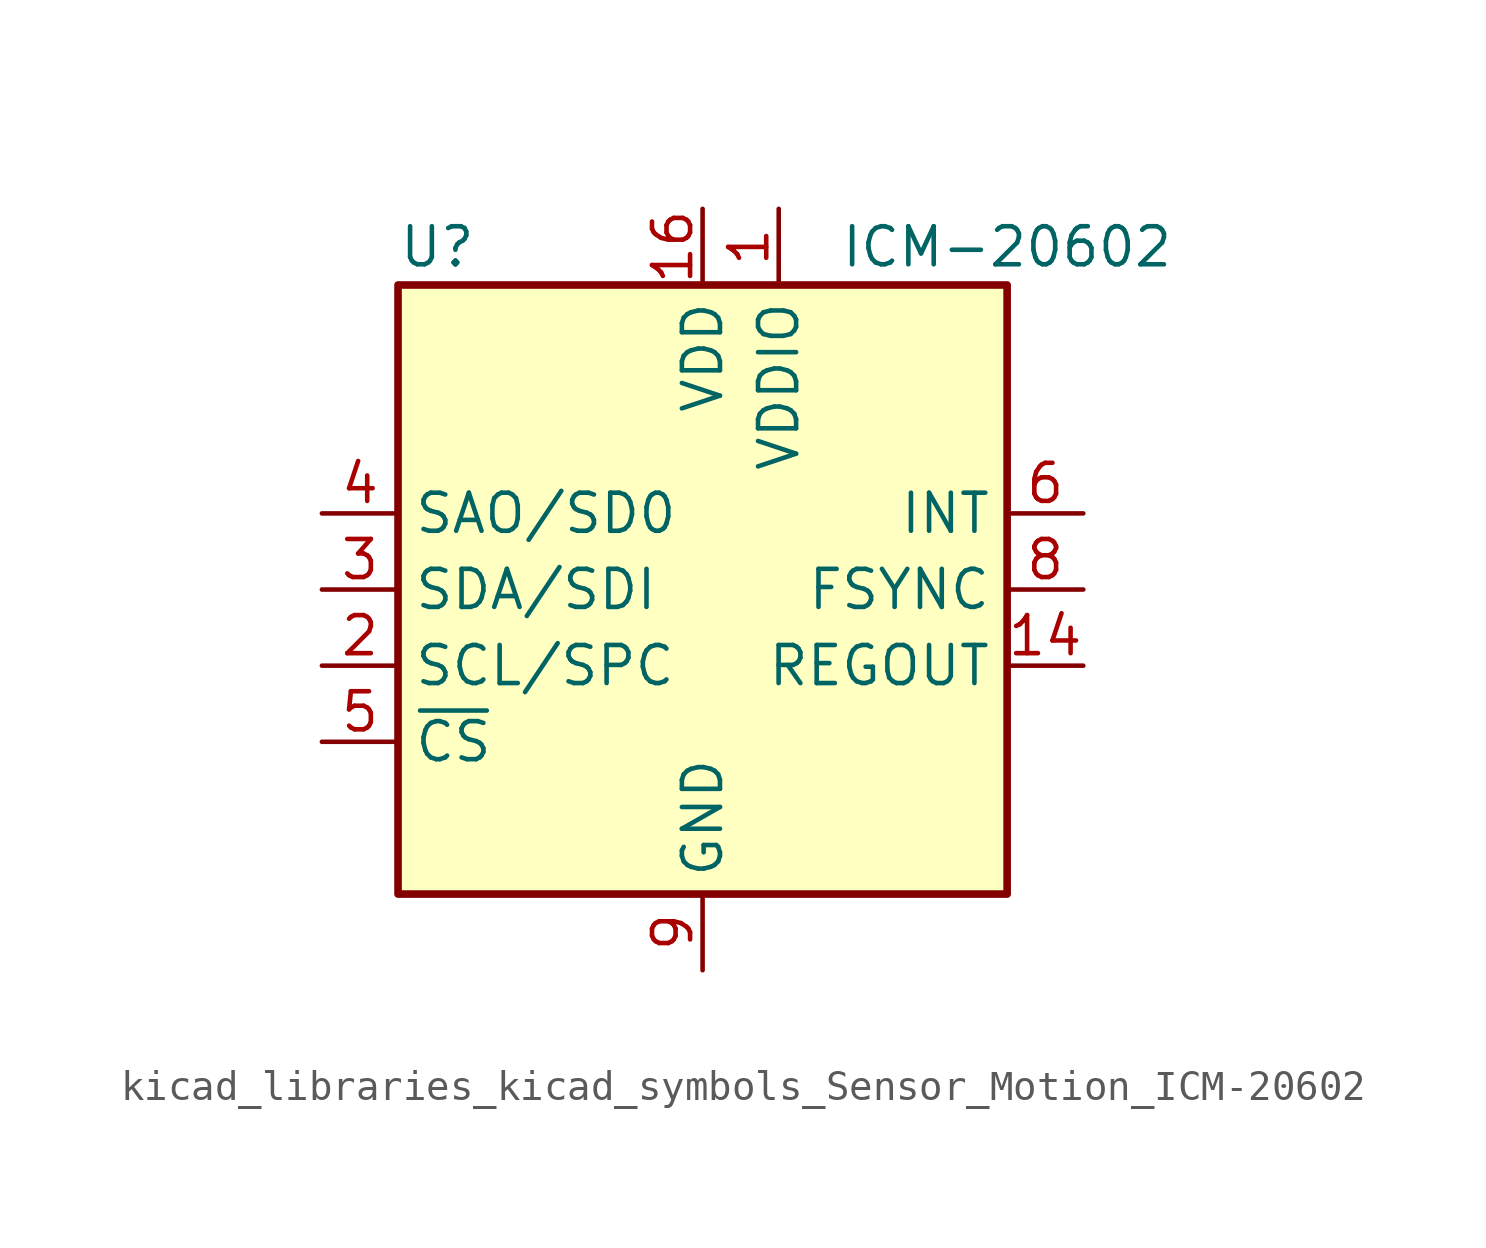
<source format=kicad_sym>
(kicad_symbol_lib
  (version 20220914)
  (generator kicad_symbol_editor)
  (symbol "kicad_libraries_kicad_symbols_Sensor_Motion_ICM-20602"
    (property "Reference" "U"
      (at -10.16 11.43 0)
      (effects (font (size 1.27 1.27)) (justify left)))
    (property "Value" "ICM-20602"
      (at 10.16 11.43 0)
      (effects (font (size 1.27 1.27))))
    (symbol "kicad_libraries_kicad_symbols_Sensor_Motion_ICM-20602_0_1"
      (rectangle (start -10.16 10.16) (end 10.16 -10.16) (stroke (width 0.254) (type default)) (fill (type background))))
    (symbol "kicad_libraries_kicad_symbols_Sensor_Motion_ICM-20602_1_1"
      (pin power_in line (at 2.54 12.7 270) (length 2.54) (name "VDDIO" (effects (font (size 1.27 1.27)))) (number "1" (effects (font (size 1.27 1.27)))))
      (pin passive line (at 0 -12.7 90) (length 2.54) hide (name "GND" (effects (font (size 1.27 1.27)))) (number "10" (effects (font (size 1.27 1.27)))))
      (pin passive line (at 0 -12.7 90) (length 2.54) hide (name "GND" (effects (font (size 1.27 1.27)))) (number "11" (effects (font (size 1.27 1.27)))))
      (pin passive line (at 0 -12.7 90) (length 2.54) hide (name "GND" (effects (font (size 1.27 1.27)))) (number "12" (effects (font (size 1.27 1.27)))))
      (pin passive line (at 0 -12.7 90) (length 2.54) hide (name "GND" (effects (font (size 1.27 1.27)))) (number "13" (effects (font (size 1.27 1.27)))))
      (pin passive line (at 12.7 -2.54 180) (length 2.54) (name "REGOUT" (effects (font (size 1.27 1.27)))) (number "14" (effects (font (size 1.27 1.27)))))
      (pin passive line (at 0 -12.7 90) (length 2.54) hide (name "GND" (effects (font (size 1.27 1.27)))) (number "15" (effects (font (size 1.27 1.27)))))
      (pin power_in line (at 0 12.7 270) (length 2.54) (name "VDD" (effects (font (size 1.27 1.27)))) (number "16" (effects (font (size 1.27 1.27)))))
      (pin input line (at -12.7 -2.54 0) (length 2.54) (name "SCL/SPC" (effects (font (size 1.27 1.27)))) (number "2" (effects (font (size 1.27 1.27)))))
      (pin bidirectional line (at -12.7 0 0) (length 2.54) (name "SDA/SDI" (effects (font (size 1.27 1.27)))) (number "3" (effects (font (size 1.27 1.27)))))
      (pin bidirectional line (at -12.7 2.54 0) (length 2.54) (name "SAO/SD0" (effects (font (size 1.27 1.27)))) (number "4" (effects (font (size 1.27 1.27)))))
      (pin input line (at -12.7 -5.08 0) (length 2.54) (name "~{CS}" (effects (font (size 1.27 1.27)))) (number "5" (effects (font (size 1.27 1.27)))))
      (pin output line (at 12.7 2.54 180) (length 2.54) (name "INT" (effects (font (size 1.27 1.27)))) (number "6" (effects (font (size 1.27 1.27)))))
      (pin no_connect line (at -10.16 5.08 0) (length 2.54) hide (name "RESV" (effects (font (size 1.27 1.27)))) (number "7" (effects (font (size 1.27 1.27)))))
      (pin input line (at 12.7 0 180) (length 2.54) (name "FSYNC" (effects (font (size 1.27 1.27)))) (number "8" (effects (font (size 1.27 1.27)))))
      (pin power_in line (at 0 -12.7 90) (length 2.54) (name "GND" (effects (font (size 1.27 1.27)))) (number "9" (effects (font (size 1.27 1.27))))))))
</source>
